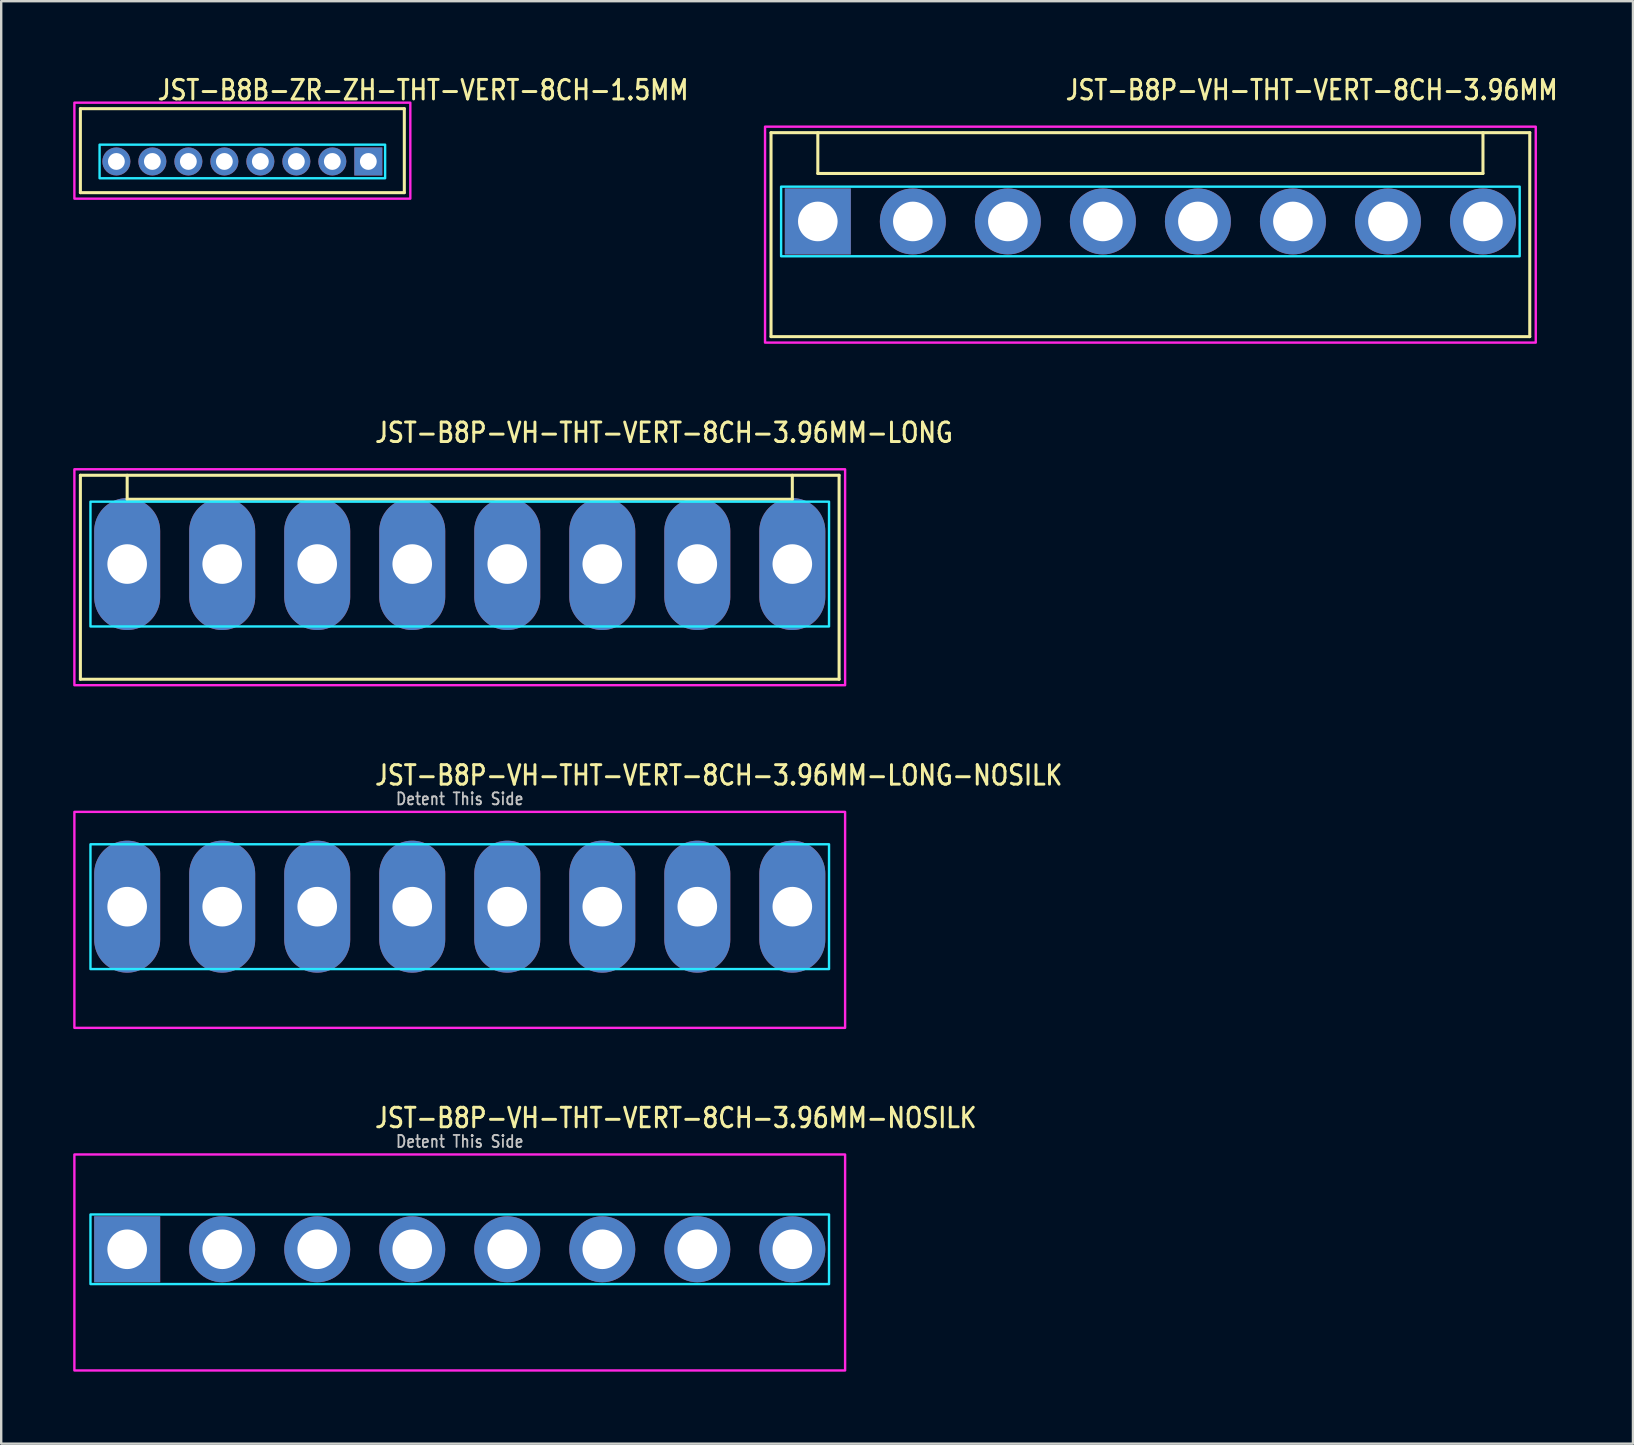
<source format=kicad_pcb>
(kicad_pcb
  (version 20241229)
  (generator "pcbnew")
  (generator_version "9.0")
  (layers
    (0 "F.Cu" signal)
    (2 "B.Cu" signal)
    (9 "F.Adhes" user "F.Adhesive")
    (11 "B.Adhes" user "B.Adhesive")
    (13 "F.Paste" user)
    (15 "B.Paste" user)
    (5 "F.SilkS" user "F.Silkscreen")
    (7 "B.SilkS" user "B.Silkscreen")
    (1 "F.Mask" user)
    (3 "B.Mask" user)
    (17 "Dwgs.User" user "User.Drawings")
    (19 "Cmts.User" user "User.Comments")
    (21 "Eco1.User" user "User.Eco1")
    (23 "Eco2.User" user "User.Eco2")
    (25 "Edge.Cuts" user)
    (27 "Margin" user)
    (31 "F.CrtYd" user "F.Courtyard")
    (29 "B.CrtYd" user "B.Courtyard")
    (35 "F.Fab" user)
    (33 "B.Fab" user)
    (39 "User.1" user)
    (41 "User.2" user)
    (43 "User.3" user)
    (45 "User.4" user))
  (footprint "JST-B8P-VH-THT-VERT-8CH-3.96MM"
    (layer "F.Cu")
    (at 44.893 6.179)
    (property "Reference" "JST-B8P-VH-THT-VERT-8CH-3.96MM" (at -3.6 -5 0) (unlocked yes) (layer "F.SilkS") (effects (font (size 0.813 0.695) (thickness 0.122)) (justify left bottom)))
    (fp_line (start -15.81 -3.7) (end 15.81 -3.7) (stroke (width 0.127) (type solid)) (layer "F.SilkS"))
    (fp_line (start -15.81 4.8) (end -15.81 -3.7) (stroke (width 0.127) (type solid)) (layer "F.SilkS"))
    (fp_line (start -15.81 4.8) (end 15.81 4.8) (stroke (width 0.127) (type solid)) (layer "F.SilkS"))
    (fp_line (start -13.86 -3.7) (end -13.86 -2) (stroke (width 0.127) (type solid)) (layer "F.SilkS"))
    (fp_line (start -13.86 -2) (end 13.86 -2) (stroke (width 0.127) (type solid)) (layer "F.SilkS"))
    (fp_line (start 13.86 -3.7) (end 13.86 -2) (stroke (width 0.127) (type solid)) (layer "F.SilkS"))
    (fp_line (start 15.81 -3.7) (end 15.81 4.8) (stroke (width 0.127) (type solid)) (layer "F.SilkS"))
    (fp_poly (pts (xy -15.39 -1.45) (xy -15.39 1.45) (xy 15.39 1.45) (xy 15.39 -1.45)) (stroke (width 0.1) (type solid)) (fill no) (layer "B.CrtYd"))
    (fp_poly (pts (xy -16.06 -3.95) (xy -16.06 5.05) (xy 16.06 5.05) (xy 16.06 -3.95)) (stroke (width 0.1) (type solid)) (fill no) (layer "F.CrtYd"))
    (pad "1" thru_hole rect (at -13.86 0) (size 2.75 2.75) (drill 1.65) (layers "*.Cu" "*.Mask"))
    (pad "2" thru_hole oval (at -9.9 0) (size 2.75 2.75) (drill 1.65) (layers "*.Cu" "*.Mask"))
    (pad "3" thru_hole oval (at -5.94 0) (size 2.75 2.75) (drill 1.65) (layers "*.Cu" "*.Mask"))
    (pad "4" thru_hole oval (at -1.98 0) (size 2.75 2.75) (drill 1.65) (layers "*.Cu" "*.Mask"))
    (pad "5" thru_hole oval (at 1.98 0) (size 2.75 2.75) (drill 1.65) (layers "*.Cu" "*.Mask"))
    (pad "6" thru_hole oval (at 5.94 0) (size 2.75 2.75) (drill 1.65) (layers "*.Cu" "*.Mask"))
    (pad "7" thru_hole oval (at 9.9 0) (size 2.75 2.75) (drill 1.65) (layers "*.Cu" "*.Mask"))
    (pad "8" thru_hole oval (at 13.86 0) (size 2.75 2.75) (drill 1.65) (layers "*.Cu" "*.Mask")))
  (footprint "JST-B8P-VH-THT-VERT-8CH-3.96MM-NOSILK"
    (layer "F.Cu")
    (at 16.11 49.014)
    (property "Reference" "JST-B8P-VH-THT-VERT-8CH-3.96MM-NOSILK" (at -3.6 -5 0) (unlocked yes) (layer "F.SilkS") (effects (font (size 0.813 0.695) (thickness 0.122)) (justify left bottom)))
    (fp_poly (pts (xy -15.39 -1.45) (xy -15.39 1.45) (xy 15.39 1.45) (xy 15.39 -1.45)) (stroke (width 0.1) (type solid)) (fill no) (layer "B.CrtYd"))
    (fp_poly (pts (xy -16.06 -3.95) (xy -16.06 5.05) (xy 16.06 5.05) (xy 16.06 -3.95)) (stroke (width 0.1) (type solid)) (fill no) (layer "F.CrtYd"))
    (fp_text user "Detent This Side" (at 0 -4.2 0) (unlocked yes) (layer "Dwgs.User") (effects (font (size 0.5 0.427) (thickness 0.075)) (justify bottom)))
    (pad "1" thru_hole rect (at -13.86 0) (size 2.75 2.75) (drill 1.65) (layers "*.Cu" "*.Mask"))
    (pad "2" thru_hole oval (at -9.9 0) (size 2.75 2.75) (drill 1.65) (layers "*.Cu" "*.Mask"))
    (pad "3" thru_hole oval (at -5.94 0) (size 2.75 2.75) (drill 1.65) (layers "*.Cu" "*.Mask"))
    (pad "4" thru_hole oval (at -1.98 0) (size 2.75 2.75) (drill 1.65) (layers "*.Cu" "*.Mask"))
    (pad "5" thru_hole oval (at 1.98 0) (size 2.75 2.75) (drill 1.65) (layers "*.Cu" "*.Mask"))
    (pad "6" thru_hole oval (at 5.94 0) (size 2.75 2.75) (drill 1.65) (layers "*.Cu" "*.Mask"))
    (pad "7" thru_hole oval (at 9.9 0) (size 2.75 2.75) (drill 1.65) (layers "*.Cu" "*.Mask"))
    (pad "8" thru_hole oval (at 13.86 0) (size 2.75 2.75) (drill 1.65) (layers "*.Cu" "*.Mask")))
  (footprint "JST-B8P-VH-THT-VERT-8CH-3.96MM-LONG-NOSILK"
    (layer "F.Cu")
    (at 16.11 34.736)
    (property "Reference" "JST-B8P-VH-THT-VERT-8CH-3.96MM-LONG-NOSILK" (at -3.6 -5 0) (unlocked yes) (layer "F.SilkS") (effects (font (size 0.813 0.695) (thickness 0.122)) (justify left bottom)))
    (fp_poly (pts (xy -15.39 -2.6) (xy -15.39 2.6) (xy 15.39 2.6) (xy 15.39 -2.6)) (stroke (width 0.1) (type solid)) (fill no) (layer "B.CrtYd"))
    (fp_poly (pts (xy -16.06 -3.95) (xy -16.06 5.05) (xy 16.06 5.05) (xy 16.06 -3.95)) (stroke (width 0.1) (type solid)) (fill no) (layer "F.CrtYd"))
    (fp_text user "Detent This Side" (at 0 -4.2 0) (unlocked yes) (layer "Dwgs.User") (effects (font (size 0.5 0.427) (thickness 0.075)) (justify bottom)))
    (pad "1" thru_hole oval (at -13.86 0 90) (size 5.5 2.75) (drill 1.65) (layers "*.Cu" "*.Mask"))
    (pad "2" thru_hole oval (at -9.9 0 90) (size 5.5 2.75) (drill 1.65) (layers "*.Cu" "*.Mask"))
    (pad "3" thru_hole oval (at -5.94 0 90) (size 5.5 2.75) (drill 1.65) (layers "*.Cu" "*.Mask"))
    (pad "4" thru_hole oval (at -1.98 0 90) (size 5.5 2.75) (drill 1.65) (layers "*.Cu" "*.Mask"))
    (pad "5" thru_hole oval (at 1.98 0 90) (size 5.5 2.75) (drill 1.65) (layers "*.Cu" "*.Mask"))
    (pad "6" thru_hole oval (at 5.94 0 90) (size 5.5 2.75) (drill 1.65) (layers "*.Cu" "*.Mask"))
    (pad "7" thru_hole oval (at 9.9 0 90) (size 5.5 2.75) (drill 1.65) (layers "*.Cu" "*.Mask"))
    (pad "8" thru_hole oval (at 13.86 0 90) (size 5.5 2.75) (drill 1.65) (layers "*.Cu" "*.Mask")))
  (footprint "JST-B8P-VH-THT-VERT-8CH-3.96MM-LONG"
    (layer "F.Cu")
    (at 16.11 20.457)
    (property "Reference" "JST-B8P-VH-THT-VERT-8CH-3.96MM-LONG" (at -3.6 -5 0) (unlocked yes) (layer "F.SilkS") (effects (font (size 0.813 0.695) (thickness 0.122)) (justify left bottom)))
    (fp_line (start -15.81 -3.7) (end 15.81 -3.7) (stroke (width 0.127) (type solid)) (layer "F.SilkS"))
    (fp_line (start -15.81 4.8) (end -15.81 -3.7) (stroke (width 0.127) (type solid)) (layer "F.SilkS"))
    (fp_line (start -15.81 4.8) (end 15.81 4.8) (stroke (width 0.127) (type solid)) (layer "F.SilkS"))
    (fp_line (start -13.86 -3.7) (end -13.86 -2.7) (stroke (width 0.127) (type solid)) (layer "F.SilkS"))
    (fp_line (start -13.86 -2.7) (end 13.86 -2.7) (stroke (width 0.127) (type solid)) (layer "F.SilkS"))
    (fp_line (start 13.86 -3.7) (end 13.86 -2.7) (stroke (width 0.127) (type solid)) (layer "F.SilkS"))
    (fp_line (start 15.81 -3.7) (end 15.81 4.8) (stroke (width 0.127) (type solid)) (layer "F.SilkS"))
    (fp_poly (pts (xy -15.39 -2.6) (xy -15.39 2.6) (xy 15.39 2.6) (xy 15.39 -2.6)) (stroke (width 0.1) (type solid)) (fill no) (layer "B.CrtYd"))
    (fp_poly (pts (xy -16.06 -3.95) (xy -16.06 5.05) (xy 16.06 5.05) (xy 16.06 -3.95)) (stroke (width 0.1) (type solid)) (fill no) (layer "F.CrtYd"))
    (pad "1" thru_hole oval (at -13.86 0 90) (size 5.5 2.75) (drill 1.65) (layers "*.Cu" "*.Mask"))
    (pad "2" thru_hole oval (at -9.9 0 90) (size 5.5 2.75) (drill 1.65) (layers "*.Cu" "*.Mask"))
    (pad "3" thru_hole oval (at -5.94 0 90) (size 5.5 2.75) (drill 1.65) (layers "*.Cu" "*.Mask"))
    (pad "4" thru_hole oval (at -1.98 0 90) (size 5.5 2.75) (drill 1.65) (layers "*.Cu" "*.Mask"))
    (pad "5" thru_hole oval (at 1.98 0 90) (size 5.5 2.75) (drill 1.65) (layers "*.Cu" "*.Mask"))
    (pad "6" thru_hole oval (at 5.94 0 90) (size 5.5 2.75) (drill 1.65) (layers "*.Cu" "*.Mask"))
    (pad "7" thru_hole oval (at 9.9 0 90) (size 5.5 2.75) (drill 1.65) (layers "*.Cu" "*.Mask"))
    (pad "8" thru_hole oval (at 13.86 0 90) (size 5.5 2.75) (drill 1.65) (layers "*.Cu" "*.Mask")))
  (footprint "JST-B8B-ZR-ZH-THT-VERT-8CH-1.5MM"
    (layer "F.Cu")
    (at 7.05 3.679)
    (property "Reference" "JST-B8B-ZR-ZH-THT-VERT-8CH-1.5MM" (at -3.6 -2.5 0) (unlocked yes) (layer "F.SilkS") (effects (font (size 0.813 0.695) (thickness 0.122)) (justify left bottom)))
    (fp_line (start -6.75 -2.2) (end 6.75 -2.2) (stroke (width 0.127) (type solid)) (layer "F.SilkS"))
    (fp_line (start -6.75 1.3) (end -6.75 -2.2) (stroke (width 0.127) (type solid)) (layer "F.SilkS"))
    (fp_line (start -6.75 1.3) (end 6.75 1.3) (stroke (width 0.127) (type solid)) (layer "F.SilkS"))
    (fp_line (start 6.75 -2.2) (end 6.75 1.3) (stroke (width 0.127) (type solid)) (layer "F.SilkS"))
    (fp_poly (pts (xy -5.95 -0.7) (xy -5.95 0.7) (xy 5.95 0.7) (xy 5.95 -0.7)) (stroke (width 0.1) (type solid)) (fill no) (layer "B.CrtYd"))
    (fp_poly (pts (xy -7 -2.45) (xy -7 1.55) (xy 7 1.55) (xy 7 -2.45)) (stroke (width 0.1) (type solid)) (fill no) (layer "F.CrtYd"))
    (pad "1" thru_hole rect (at 5.25 0) (size 1.167 1.167) (drill 0.7) (layers "*.Cu" "*.Mask"))
    (pad "2" thru_hole oval (at 3.75 0) (size 1.167 1.167) (drill 0.7) (layers "*.Cu" "*.Mask"))
    (pad "3" thru_hole oval (at 2.25 0) (size 1.167 1.167) (drill 0.7) (layers "*.Cu" "*.Mask"))
    (pad "4" thru_hole oval (at 0.75 0) (size 1.167 1.167) (drill 0.7) (layers "*.Cu" "*.Mask"))
    (pad "5" thru_hole oval (at -0.75 0) (size 1.167 1.167) (drill 0.7) (layers "*.Cu" "*.Mask"))
    (pad "6" thru_hole oval (at -2.25 0) (size 1.167 1.167) (drill 0.7) (layers "*.Cu" "*.Mask"))
    (pad "7" thru_hole oval (at -3.75 0) (size 1.167 1.167) (drill 0.7) (layers "*.Cu" "*.Mask"))
    (pad "8" thru_hole oval (at -5.25 0) (size 1.167 1.167) (drill 0.7) (layers "*.Cu" "*.Mask")))
  (gr_rect
    (start -3 -3)
    (end 65.004 57.114)
    (stroke (width 0.1) (type default))
    (fill no)
    (layer "Edge.Cuts")))
</source>
